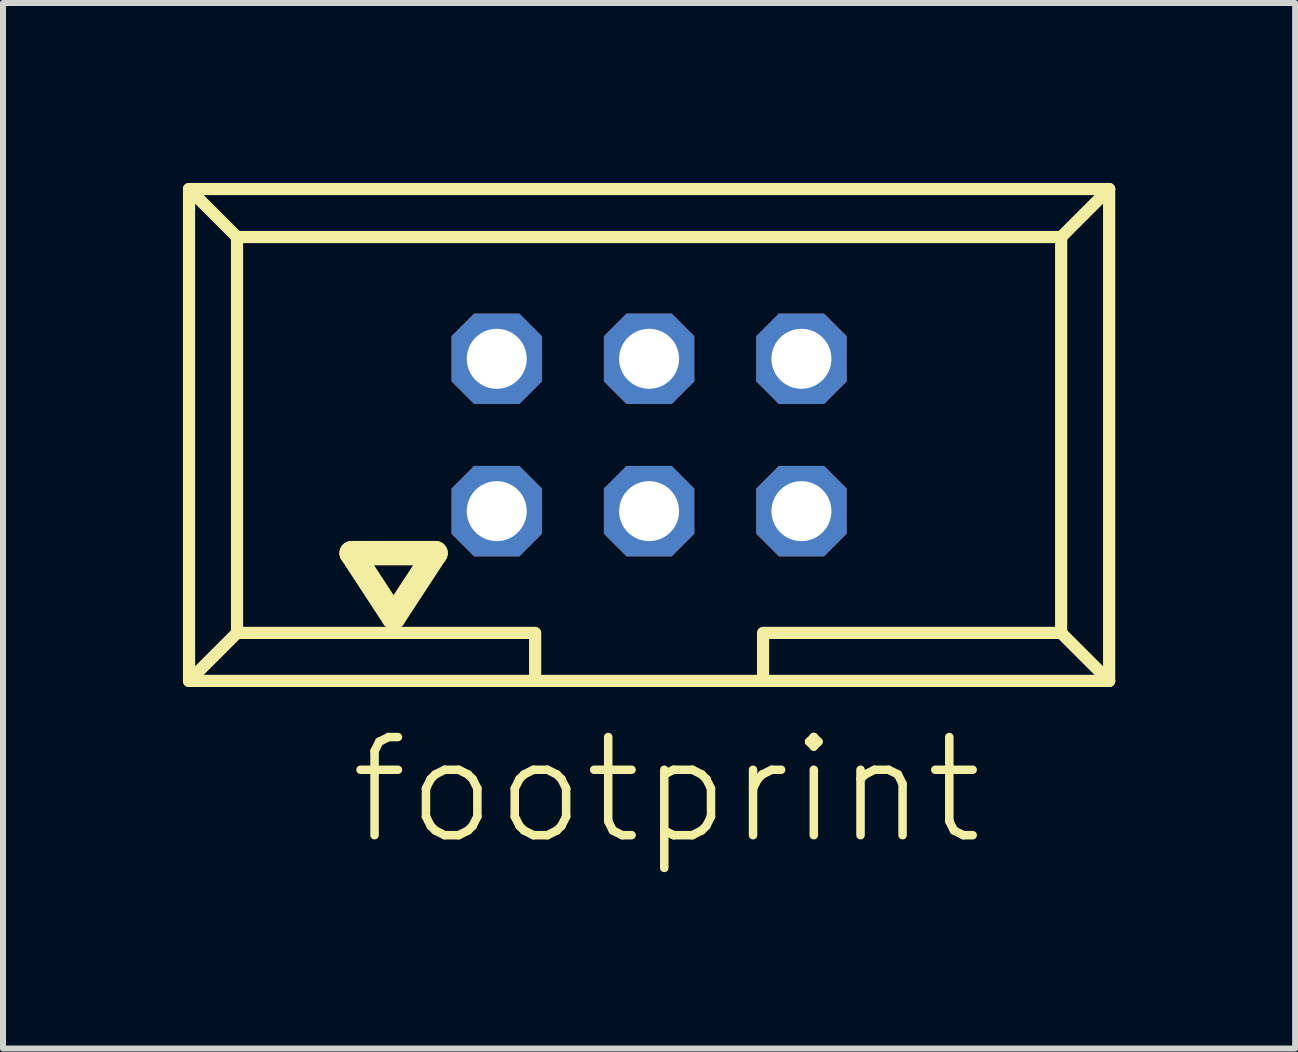
<source format=kicad_pcb>
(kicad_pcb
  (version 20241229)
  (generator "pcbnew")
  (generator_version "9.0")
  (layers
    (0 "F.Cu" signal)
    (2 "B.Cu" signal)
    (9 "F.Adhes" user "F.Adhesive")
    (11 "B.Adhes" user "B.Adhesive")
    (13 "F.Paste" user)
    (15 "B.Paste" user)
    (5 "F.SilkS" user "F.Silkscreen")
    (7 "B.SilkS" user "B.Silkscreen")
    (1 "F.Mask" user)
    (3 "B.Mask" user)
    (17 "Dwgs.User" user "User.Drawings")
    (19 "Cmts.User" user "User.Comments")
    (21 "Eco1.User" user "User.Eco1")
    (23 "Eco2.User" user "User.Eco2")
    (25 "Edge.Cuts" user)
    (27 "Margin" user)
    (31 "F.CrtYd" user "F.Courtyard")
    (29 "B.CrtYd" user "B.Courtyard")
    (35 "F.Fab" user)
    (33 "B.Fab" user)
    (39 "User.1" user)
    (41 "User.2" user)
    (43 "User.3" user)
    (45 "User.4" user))
  (footprint "footprint"
    (layer "F.Cu")
    (at 7.772 4.202)
    (property "Reference" "footprint" (at -5.06 6.88 0) (layer "F.SilkS") (effects (font (size 1.636 1.636) (thickness 0.142)) (justify left bottom)))
    (fp_line (start -7.67 -4.1) (end -6.87 -3.3) (stroke (width 0.203) (type solid)) (layer "F.SilkS"))
    (fp_line (start -7.67 4.1) (end -7.67 -4.1) (stroke (width 0.203) (type solid)) (layer "F.SilkS"))
    (fp_line (start -7.67 4.1) (end -6.87 3.3) (stroke (width 0.203) (type solid)) (layer "F.SilkS"))
    (fp_line (start -7.67 4.1) (end 7.67 4.1) (stroke (width 0.203) (type solid)) (layer "F.SilkS"))
    (fp_line (start -6.87 -3.3) (end 6.87 -3.3) (stroke (width 0.203) (type solid)) (layer "F.SilkS"))
    (fp_line (start -6.87 3.3) (end -6.87 -3.3) (stroke (width 0.203) (type solid)) (layer "F.SilkS"))
    (fp_line (start -4.96 1.97) (end -4.26 3.04) (stroke (width 0.406) (type solid)) (layer "F.SilkS"))
    (fp_line (start -4.26 3.04) (end -3.56 1.97) (stroke (width 0.406) (type solid)) (layer "F.SilkS"))
    (fp_line (start -3.56 1.97) (end -4.96 1.97) (stroke (width 0.406) (type solid)) (layer "F.SilkS"))
    (fp_line (start -1.9 3.3) (end -6.87 3.3) (stroke (width 0.203) (type solid)) (layer "F.SilkS"))
    (fp_line (start -1.9 3.32) (end -1.9 4.03) (stroke (width 0.203) (type solid)) (layer "F.SilkS"))
    (fp_line (start 1.9 3.32) (end 1.9 4.03) (stroke (width 0.203) (type solid)) (layer "F.SilkS"))
    (fp_line (start 6.87 -3.3) (end 6.87 3.3) (stroke (width 0.203) (type solid)) (layer "F.SilkS"))
    (fp_line (start 6.87 3.3) (end 1.9 3.3) (stroke (width 0.203) (type solid)) (layer "F.SilkS"))
    (fp_line (start 6.87 3.3) (end 7.67 4.1) (stroke (width 0.203) (type solid)) (layer "F.SilkS"))
    (fp_line (start 7.67 -4.1) (end -7.67 -4.1) (stroke (width 0.203) (type solid)) (layer "F.SilkS"))
    (fp_line (start 7.67 -4.1) (end 6.87 -3.3) (stroke (width 0.203) (type solid)) (layer "F.SilkS"))
    (fp_line (start 7.67 4.1) (end 7.67 -4.1) (stroke (width 0.203) (type solid)) (layer "F.SilkS"))
    (pad "1" thru_hole roundrect (at -2.54 1.27) (size 1.508 1.508) (drill 1) (layers "*.Cu" "*.Mask") (roundrect_rratio 0.25) (chamfer_ratio 0.25) (chamfer top_left top_right bottom_left bottom_right))
    (pad "2" thru_hole roundrect (at -2.54 -1.27) (size 1.508 1.508) (drill 1) (layers "*.Cu" "*.Mask") (roundrect_rratio 0.25) (chamfer_ratio 0.25) (chamfer top_left top_right bottom_left bottom_right))
    (pad "3" thru_hole roundrect (at 0 1.27) (size 1.508 1.508) (drill 1) (layers "*.Cu" "*.Mask") (roundrect_rratio 0.25) (chamfer_ratio 0.25) (chamfer top_left top_right bottom_left bottom_right))
    (pad "4" thru_hole roundrect (at 0 -1.27) (size 1.508 1.508) (drill 1) (layers "*.Cu" "*.Mask") (roundrect_rratio 0.25) (chamfer_ratio 0.25) (chamfer top_left top_right bottom_left bottom_right))
    (pad "5" thru_hole roundrect (at 2.54 1.27) (size 1.508 1.508) (drill 1) (layers "*.Cu" "*.Mask") (roundrect_rratio 0.25) (chamfer_ratio 0.25) (chamfer top_left top_right bottom_left bottom_right))
    (pad "6" thru_hole roundrect (at 2.54 -1.27) (size 1.508 1.508) (drill 1) (layers "*.Cu" "*.Mask") (roundrect_rratio 0.25) (chamfer_ratio 0.25) (chamfer top_left top_right bottom_left bottom_right)))
  (gr_rect
    (start -3 -3)
    (end 18.543 14.432)
    (stroke (width 0.1) (type default))
    (fill no)
    (layer "Edge.Cuts")))
</source>
